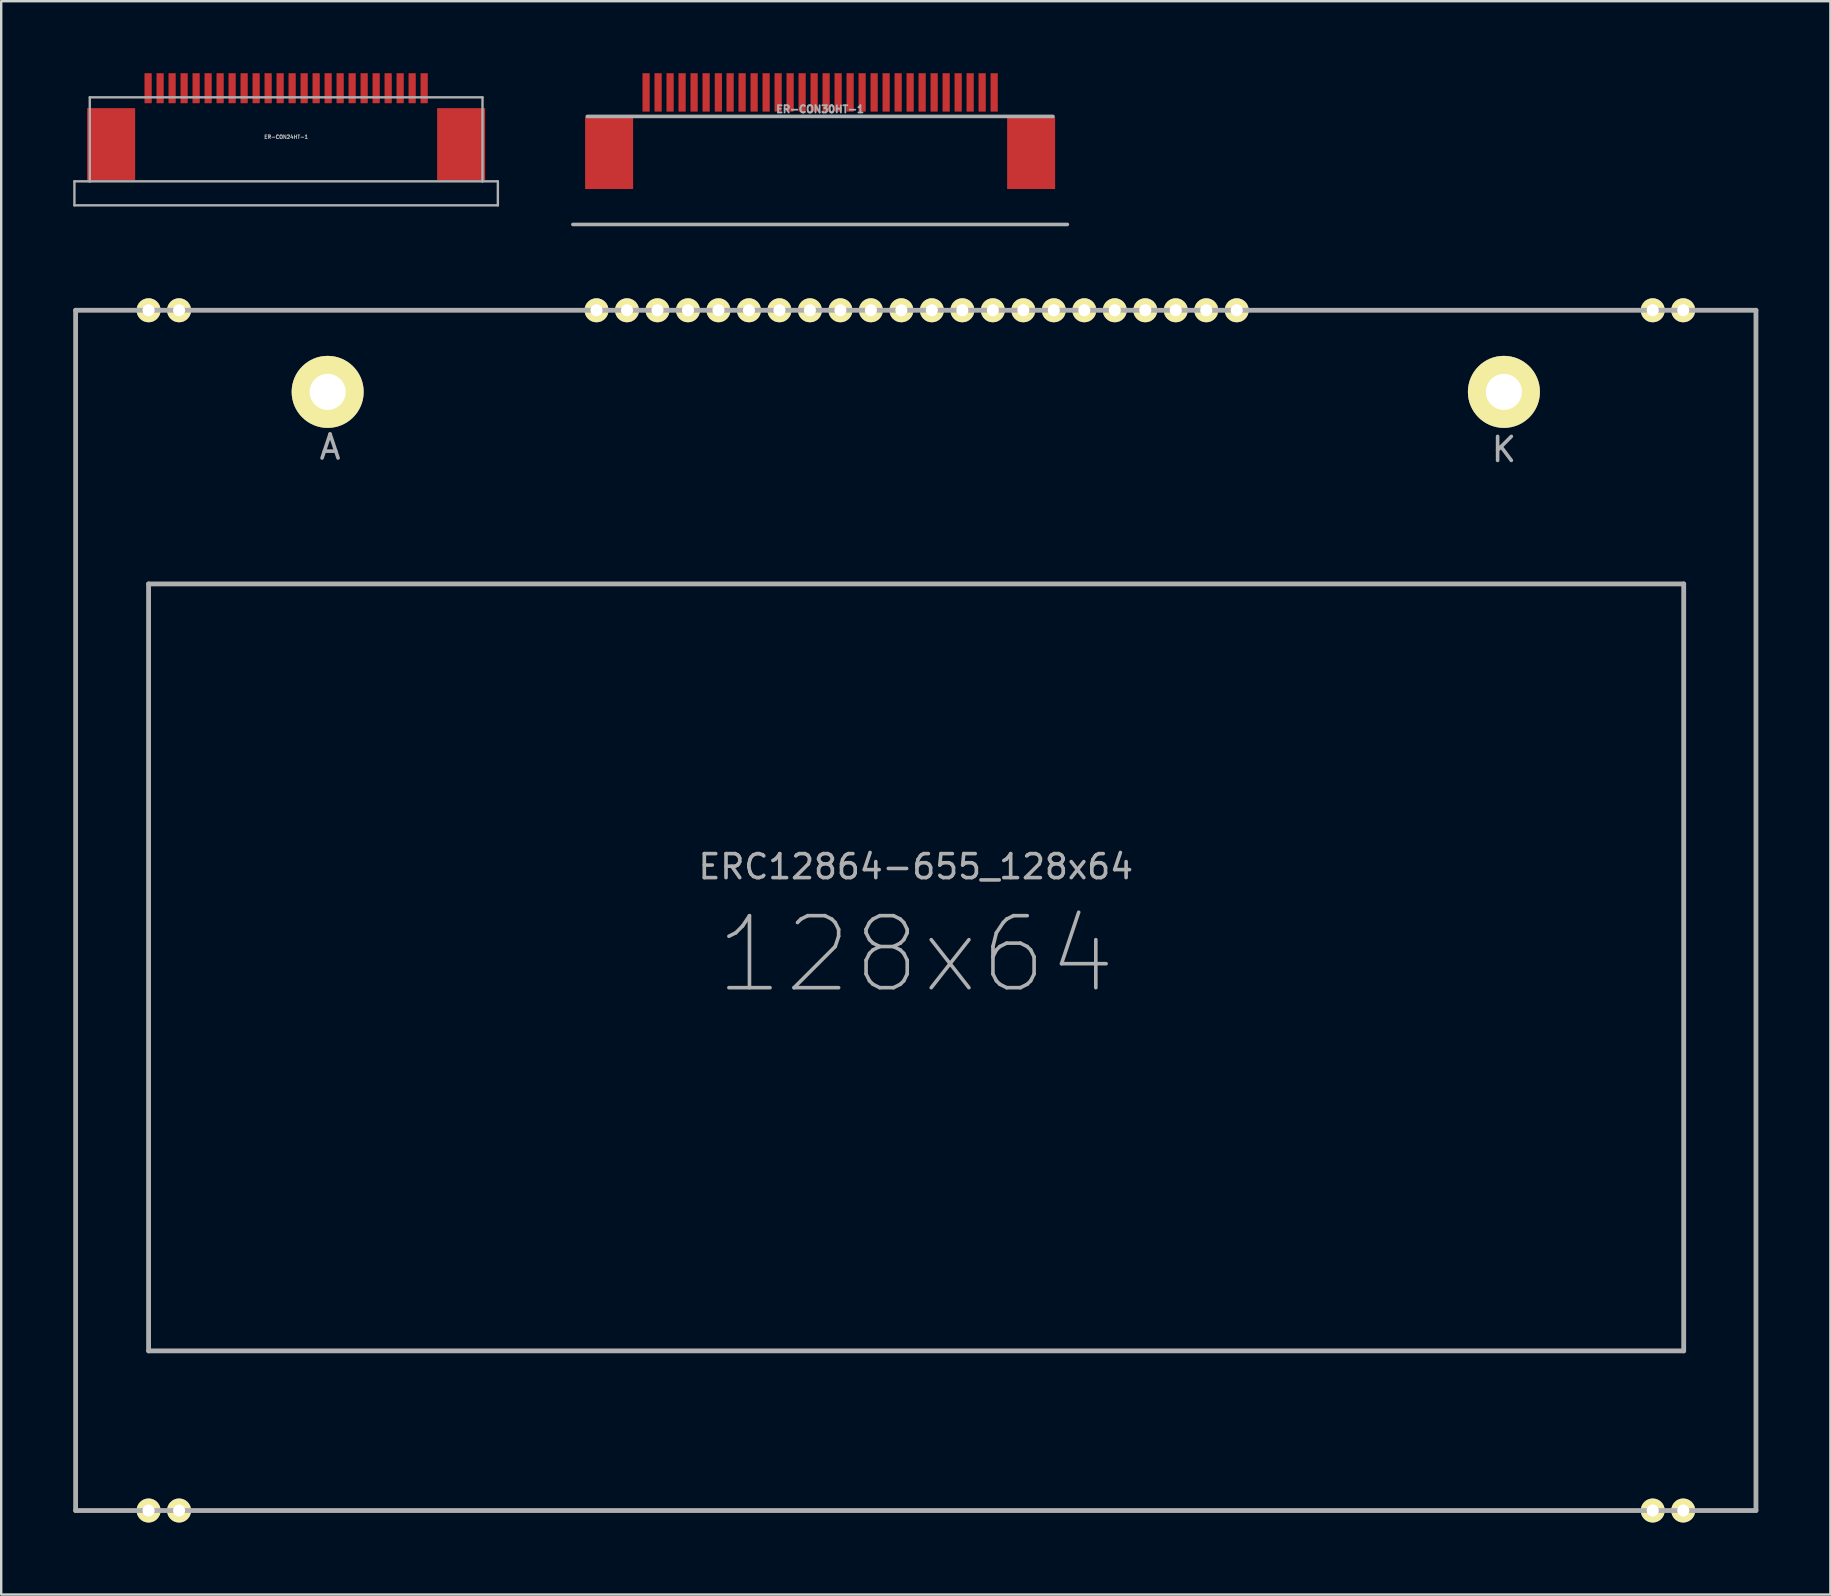
<source format=kicad_pcb>
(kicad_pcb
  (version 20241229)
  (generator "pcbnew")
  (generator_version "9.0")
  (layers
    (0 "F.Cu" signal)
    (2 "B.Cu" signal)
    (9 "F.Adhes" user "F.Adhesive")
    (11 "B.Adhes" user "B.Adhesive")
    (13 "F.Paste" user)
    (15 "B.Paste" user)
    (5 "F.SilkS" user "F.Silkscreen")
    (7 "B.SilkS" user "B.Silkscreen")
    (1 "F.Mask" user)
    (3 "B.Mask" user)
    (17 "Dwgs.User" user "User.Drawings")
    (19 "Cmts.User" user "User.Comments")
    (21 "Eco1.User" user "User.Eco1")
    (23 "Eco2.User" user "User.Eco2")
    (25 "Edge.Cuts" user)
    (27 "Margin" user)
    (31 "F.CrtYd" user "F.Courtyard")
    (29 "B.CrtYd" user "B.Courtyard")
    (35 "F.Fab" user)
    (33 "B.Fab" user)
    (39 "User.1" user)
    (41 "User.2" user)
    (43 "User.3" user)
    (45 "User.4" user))
  (footprint "ERC12864-655_128x64"
    (layer "F.Cu")
    (at 35.1 34.875)
    (property "Reference" "ERC12864-655_128x64" (at 0 -1.82 0) (layer "F.Fab") (effects (font (size 1 1) (thickness 0.15))))
    (attr through_hole)
    (fp_line (start -35 -25) (end -35 25) (stroke (width 0.2) (type solid)) (layer "F.Fab"))
    (fp_line (start -35 25) (end 35 25) (stroke (width 0.2) (type solid)) (layer "F.Fab"))
    (fp_line (start -31.96 -13.6) (end 31.99 -13.6) (stroke (width 0.2) (type solid)) (layer "F.Fab"))
    (fp_line (start -31.96 18.35) (end -31.96 -13.6) (stroke (width 0.2) (type solid)) (layer "F.Fab"))
    (fp_line (start 31.99 -13.6) (end 31.99 18.35) (stroke (width 0.2) (type solid)) (layer "F.Fab"))
    (fp_line (start 31.99 18.35) (end -31.96 18.35) (stroke (width 0.2) (type solid)) (layer "F.Fab"))
    (fp_line (start 35 -25) (end -35 -25) (stroke (width 0.2) (type solid)) (layer "F.Fab"))
    (fp_line (start 35 25) (end 35 -25) (stroke (width 0.2) (type solid)) (layer "F.Fab"))
    (fp_text user "128x64" (at 0 1.84 0) (layer "F.Fab") (effects (font (size 3 3) (thickness 0.15))))
    (fp_text user "A" (at -24.4 -19.3 0) (layer "F.Fab") (effects (font (size 1 1) (thickness 0.15))))
    (fp_text user "K" (at 24.5 -19.2 0) (layer "F.Fab") (effects (font (size 1 1) (thickness 0.15))))
    (pad "1" thru_hole circle (at -13.3 -25) (size 1 1) (drill 0.5) (layers "*.Cu" "*.Mask" "F.SilkS"))
    (pad "2" thru_hole circle (at -12.03 -25) (size 1 1) (drill 0.5) (layers "*.Cu" "*.Mask" "F.SilkS"))
    (pad "3" thru_hole circle (at -10.76 -25) (size 1 1) (drill 0.5) (layers "*.Cu" "*.Mask" "F.SilkS"))
    (pad "4" thru_hole circle (at -9.49 -25) (size 1 1) (drill 0.5) (layers "*.Cu" "*.Mask" "F.SilkS"))
    (pad "5" thru_hole circle (at -8.22 -25) (size 1 1) (drill 0.5) (layers "*.Cu" "*.Mask" "F.SilkS"))
    (pad "6" thru_hole circle (at -6.95 -25) (size 1 1) (drill 0.5) (layers "*.Cu" "*.Mask" "F.SilkS"))
    (pad "7" thru_hole circle (at -5.68 -25) (size 1 1) (drill 0.5) (layers "*.Cu" "*.Mask" "F.SilkS"))
    (pad "8" thru_hole circle (at -4.41 -25) (size 1 1) (drill 0.5) (layers "*.Cu" "*.Mask" "F.SilkS"))
    (pad "9" thru_hole circle (at -3.14 -25) (size 1 1) (drill 0.5) (layers "*.Cu" "*.Mask" "F.SilkS"))
    (pad "10" thru_hole circle (at -1.87 -25) (size 1 1) (drill 0.5) (layers "*.Cu" "*.Mask" "F.SilkS"))
    (pad "11" thru_hole circle (at -0.6 -25) (size 1 1) (drill 0.5) (layers "*.Cu" "*.Mask" "F.SilkS"))
    (pad "12" thru_hole circle (at 0.67 -25) (size 1 1) (drill 0.5) (layers "*.Cu" "*.Mask" "F.SilkS"))
    (pad "13" thru_hole circle (at 1.94 -25) (size 1 1) (drill 0.5) (layers "*.Cu" "*.Mask" "F.SilkS"))
    (pad "14" thru_hole circle (at 3.21 -25) (size 1 1) (drill 0.5) (layers "*.Cu" "*.Mask" "F.SilkS"))
    (pad "15" thru_hole circle (at 4.48 -25) (size 1 1) (drill 0.5) (layers "*.Cu" "*.Mask" "F.SilkS"))
    (pad "16" thru_hole circle (at 5.75 -25) (size 1 1) (drill 0.5) (layers "*.Cu" "*.Mask" "F.SilkS"))
    (pad "17" thru_hole circle (at 7.02 -25) (size 1 1) (drill 0.5) (layers "*.Cu" "*.Mask" "F.SilkS"))
    (pad "18" thru_hole circle (at 8.29 -25) (size 1 1) (drill 0.5) (layers "*.Cu" "*.Mask" "F.SilkS"))
    (pad "19" thru_hole circle (at 9.56 -25) (size 1 1) (drill 0.5) (layers "*.Cu" "*.Mask" "F.SilkS"))
    (pad "20" thru_hole circle (at 10.83 -25) (size 1 1) (drill 0.5) (layers "*.Cu" "*.Mask" "F.SilkS"))
    (pad "21" thru_hole circle (at 12.1 -25) (size 1 1) (drill 0.5) (layers "*.Cu" "*.Mask" "F.SilkS"))
    (pad "22" thru_hole circle (at 13.37 -25) (size 1 1) (drill 0.5) (layers "*.Cu" "*.Mask" "F.SilkS"))
    (pad "23" thru_hole circle (at -24.5 -21.6) (size 3 3) (drill 1.5) (layers "*.Cu" "*.Mask" "F.SilkS"))
    (pad "24" thru_hole circle (at 24.5 -21.6) (size 3 3) (drill 1.5) (layers "*.Cu" "*.Mask" "F.SilkS"))
    (pad "NC" thru_hole circle (at -31.96 -25) (size 1 1) (drill 0.5) (layers "*.Cu" "*.Mask" "F.SilkS"))
    (pad "NC" thru_hole circle (at -31.96 25) (size 1 1) (drill 0.5) (layers "*.Cu" "*.Mask" "F.SilkS"))
    (pad "NC" thru_hole circle (at -30.69 -25) (size 1 1) (drill 0.5) (layers "*.Cu" "*.Mask" "F.SilkS"))
    (pad "NC" thru_hole circle (at -30.69 25) (size 1 1) (drill 0.5) (layers "*.Cu" "*.Mask" "F.SilkS"))
    (pad "NC" thru_hole circle (at 30.7 -25) (size 1 1) (drill 0.5) (layers "*.Cu" "*.Mask" "F.SilkS"))
    (pad "NC" thru_hole circle (at 30.7 25) (size 1 1) (drill 0.5) (layers "*.Cu" "*.Mask" "F.SilkS"))
    (pad "NC" thru_hole circle (at 31.97 -25) (size 1 1) (drill 0.5) (layers "*.Cu" "*.Mask" "F.SilkS"))
    (pad "NC" thru_hole circle (at 31.97 25) (size 1 1) (drill 0.5) (layers "*.Cu" "*.Mask" "F.SilkS")))
  (footprint "ER-CON24HT-1"
    (layer "F.Cu")
    (at 8.87 0.625)
    (property "Reference" "ER-CON24HT-1" (at 0 2.03 0) (layer "F.Fab") (effects (font (size 0.15 0.15) (thickness 0.037))))
    (attr through_hole)
    (fp_line (start -8.82 3.88) (end -8.82 4.88) (stroke (width 0.1) (type solid)) (layer "F.Fab"))
    (fp_line (start -8.82 4.88) (end 8.82 4.88) (stroke (width 0.1) (type solid)) (layer "F.Fab"))
    (fp_line (start -8.18 0.38) (end -8.18 3.88) (stroke (width 0.1) (type solid)) (layer "F.Fab"))
    (fp_line (start -8.18 3.88) (end -8.82 3.88) (stroke (width 0.1) (type solid)) (layer "F.Fab"))
    (fp_line (start 8.18 0.38) (end -8.18 0.38) (stroke (width 0.1) (type solid)) (layer "F.Fab"))
    (fp_line (start 8.18 0.38) (end 8.18 3.88) (stroke (width 0.1) (type solid)) (layer "F.Fab"))
    (fp_line (start 8.18 3.88) (end -8.2 3.88) (stroke (width 0.1) (type solid)) (layer "F.Fab"))
    (fp_line (start 8.18 3.88) (end 8.82 3.88) (stroke (width 0.1) (type solid)) (layer "F.Fab"))
    (fp_line (start 8.82 3.88) (end 8.82 4.88) (stroke (width 0.1) (type solid)) (layer "F.Fab"))
    (pad "1" smd rect (at 0.25 0) (size 0.3 1.25) (layers "F.Cu" "F.Mask" "F.Paste"))
    (pad "2" smd rect (at 0.75 0) (size 0.3 1.25) (layers "F.Cu" "F.Mask" "F.Paste"))
    (pad "3" smd rect (at 1.25 0) (size 0.3 1.25) (layers "F.Cu" "F.Mask" "F.Paste"))
    (pad "4" smd rect (at 1.75 0) (size 0.3 1.25) (layers "F.Cu" "F.Mask" "F.Paste"))
    (pad "5" smd rect (at 2.25 0) (size 0.3 1.25) (layers "F.Cu" "F.Mask" "F.Paste"))
    (pad "6" smd rect (at 2.75 0) (size 0.3 1.25) (layers "F.Cu" "F.Mask" "F.Paste"))
    (pad "7" smd rect (at 3.25 0) (size 0.3 1.25) (layers "F.Cu" "F.Mask" "F.Paste"))
    (pad "8" smd rect (at 3.75 0) (size 0.3 1.25) (layers "F.Cu" "F.Mask" "F.Paste"))
    (pad "9" smd rect (at 4.25 0) (size 0.3 1.25) (layers "F.Cu" "F.Mask" "F.Paste"))
    (pad "10" smd rect (at 4.75 0) (size 0.3 1.25) (layers "F.Cu" "F.Mask" "F.Paste"))
    (pad "11" smd rect (at 5.25 0) (size 0.3 1.25) (layers "F.Cu" "F.Mask" "F.Paste"))
    (pad "12" smd rect (at 5.75 0) (size 0.3 1.25) (layers "F.Cu" "F.Mask" "F.Paste"))
    (pad "13" smd rect (at -0.25 0) (size 0.3 1.25) (layers "F.Cu" "F.Mask" "F.Paste"))
    (pad "14" smd rect (at -0.75 0) (size 0.3 1.25) (layers "F.Cu" "F.Mask" "F.Paste"))
    (pad "15" smd rect (at -1.25 0) (size 0.3 1.25) (layers "F.Cu" "F.Mask" "F.Paste"))
    (pad "16" smd rect (at -1.75 0) (size 0.3 1.25) (layers "F.Cu" "F.Mask" "F.Paste"))
    (pad "17" smd rect (at -2.25 0) (size 0.3 1.25) (layers "F.Cu" "F.Mask" "F.Paste"))
    (pad "18" smd rect (at -2.75 0) (size 0.3 1.25) (layers "F.Cu" "F.Mask" "F.Paste"))
    (pad "19" smd rect (at -3.25 0) (size 0.3 1.25) (layers "F.Cu" "F.Mask" "F.Paste"))
    (pad "20" smd rect (at -3.75 0) (size 0.3 1.25) (layers "F.Cu" "F.Mask" "F.Paste"))
    (pad "21" smd rect (at -4.25 0) (size 0.3 1.25) (layers "F.Cu" "F.Mask" "F.Paste"))
    (pad "22" smd rect (at -4.75 0) (size 0.3 1.25) (layers "F.Cu" "F.Mask" "F.Paste"))
    (pad "23" smd rect (at -5.25 0) (size 0.3 1.25) (layers "F.Cu" "F.Mask" "F.Paste"))
    (pad "24" smd rect (at -5.75 0) (size 0.3 1.25) (layers "F.Cu" "F.Mask" "F.Paste"))
    (pad "EP" smd rect (at -7.29 2.33) (size 2 3) (layers "F.Cu" "F.Mask" "F.Paste"))
    (pad "EP" smd rect (at 7.29 2.33) (size 2 3) (layers "F.Cu" "F.Mask" "F.Paste")))
  (footprint "ER-CON30HT-1"
    (layer "F.Cu")
    (at 31.115 1)
    (property "Reference" "ER-CON30HT-1" (at 0 0.5 0) (layer "F.Fab") (effects (font (size 0.3 0.3) (thickness 0.075))))
    (attr through_hole)
    (fp_line (start -10.3 5.3) (end 10.3 5.3) (stroke (width 0.15) (type solid)) (layer "F.Fab"))
    (fp_line (start -9.7 0.8) (end 9.7 0.8) (stroke (width 0.15) (type solid)) (layer "F.Fab"))
    (pad "" smd rect (at -8.79 2.325) (size 2 3) (layers "F.Cu" "F.Mask" "F.Paste"))
    (pad "" smd rect (at 8.79 2.325) (size 2 3) (layers "F.Cu" "F.Mask" "F.Paste"))
    (pad "1" smd rect (at 7.25 -0.2) (size 0.3 1.6) (layers "F.Cu" "F.Mask" "F.Paste"))
    (pad "2" smd rect (at 6.75 -0.2) (size 0.3 1.6) (layers "F.Cu" "F.Mask" "F.Paste"))
    (pad "3" smd rect (at 6.25 -0.2) (size 0.3 1.6) (layers "F.Cu" "F.Mask" "F.Paste"))
    (pad "4" smd rect (at 5.75 -0.2) (size 0.3 1.6) (layers "F.Cu" "F.Mask" "F.Paste"))
    (pad "5" smd rect (at 5.25 -0.2) (size 0.3 1.6) (layers "F.Cu" "F.Mask" "F.Paste"))
    (pad "6" smd rect (at 4.75 -0.2) (size 0.3 1.6) (layers "F.Cu" "F.Mask" "F.Paste"))
    (pad "7" smd rect (at 4.25 -0.2) (size 0.3 1.6) (layers "F.Cu" "F.Mask" "F.Paste"))
    (pad "8" smd rect (at 3.75 -0.2) (size 0.3 1.6) (layers "F.Cu" "F.Mask" "F.Paste"))
    (pad "9" smd rect (at 3.25 -0.2) (size 0.3 1.6) (layers "F.Cu" "F.Mask" "F.Paste"))
    (pad "10" smd rect (at 2.75 -0.2) (size 0.3 1.6) (layers "F.Cu" "F.Mask" "F.Paste"))
    (pad "11" smd rect (at 2.25 -0.2) (size 0.3 1.6) (layers "F.Cu" "F.Mask" "F.Paste"))
    (pad "12" smd rect (at 1.75 -0.2) (size 0.3 1.6) (layers "F.Cu" "F.Mask" "F.Paste"))
    (pad "13" smd rect (at 1.25 -0.2) (size 0.3 1.6) (layers "F.Cu" "F.Mask" "F.Paste"))
    (pad "14" smd rect (at 0.75 -0.2) (size 0.3 1.6) (layers "F.Cu" "F.Mask" "F.Paste"))
    (pad "15" smd rect (at 0.25 -0.2) (size 0.3 1.6) (layers "F.Cu" "F.Mask" "F.Paste"))
    (pad "16" smd rect (at -0.25 -0.2) (size 0.3 1.6) (layers "F.Cu" "F.Mask" "F.Paste"))
    (pad "17" smd rect (at -0.75 -0.2) (size 0.3 1.6) (layers "F.Cu" "F.Mask" "F.Paste"))
    (pad "18" smd rect (at -1.25 -0.2) (size 0.3 1.6) (layers "F.Cu" "F.Mask" "F.Paste"))
    (pad "19" smd rect (at -1.75 -0.2) (size 0.3 1.6) (layers "F.Cu" "F.Mask" "F.Paste"))
    (pad "20" smd rect (at -2.25 -0.2) (size 0.3 1.6) (layers "F.Cu" "F.Mask" "F.Paste"))
    (pad "21" smd rect (at -2.75 -0.2) (size 0.3 1.6) (layers "F.Cu" "F.Mask" "F.Paste"))
    (pad "22" smd rect (at -3.25 -0.2) (size 0.3 1.6) (layers "F.Cu" "F.Mask" "F.Paste"))
    (pad "23" smd rect (at -3.75 -0.2) (size 0.3 1.6) (layers "F.Cu" "F.Mask" "F.Paste"))
    (pad "24" smd rect (at -4.24 -0.2) (size 0.3 1.6) (layers "F.Cu" "F.Mask" "F.Paste"))
    (pad "25" smd rect (at -4.75 -0.2) (size 0.3 1.6) (layers "F.Cu" "F.Mask" "F.Paste"))
    (pad "26" smd rect (at -5.25 -0.2) (size 0.3 1.6) (layers "F.Cu" "F.Mask" "F.Paste"))
    (pad "27" smd rect (at -5.75 -0.2) (size 0.3 1.6) (layers "F.Cu" "F.Mask" "F.Paste"))
    (pad "28" smd rect (at -6.25 -0.2) (size 0.3 1.6) (layers "F.Cu" "F.Mask" "F.Paste"))
    (pad "29" smd rect (at -6.75 -0.2) (size 0.3 1.6) (layers "F.Cu" "F.Mask" "F.Paste"))
    (pad "30" smd rect (at -7.25 -0.2) (size 0.3 1.6) (layers "F.Cu" "F.Mask" "F.Paste")))
  (gr_rect
    (start -3 -3)
    (end 73.2 63.375)
    (stroke (width 0.1) (type default))
    (fill no)
    (layer "Edge.Cuts")))
</source>
